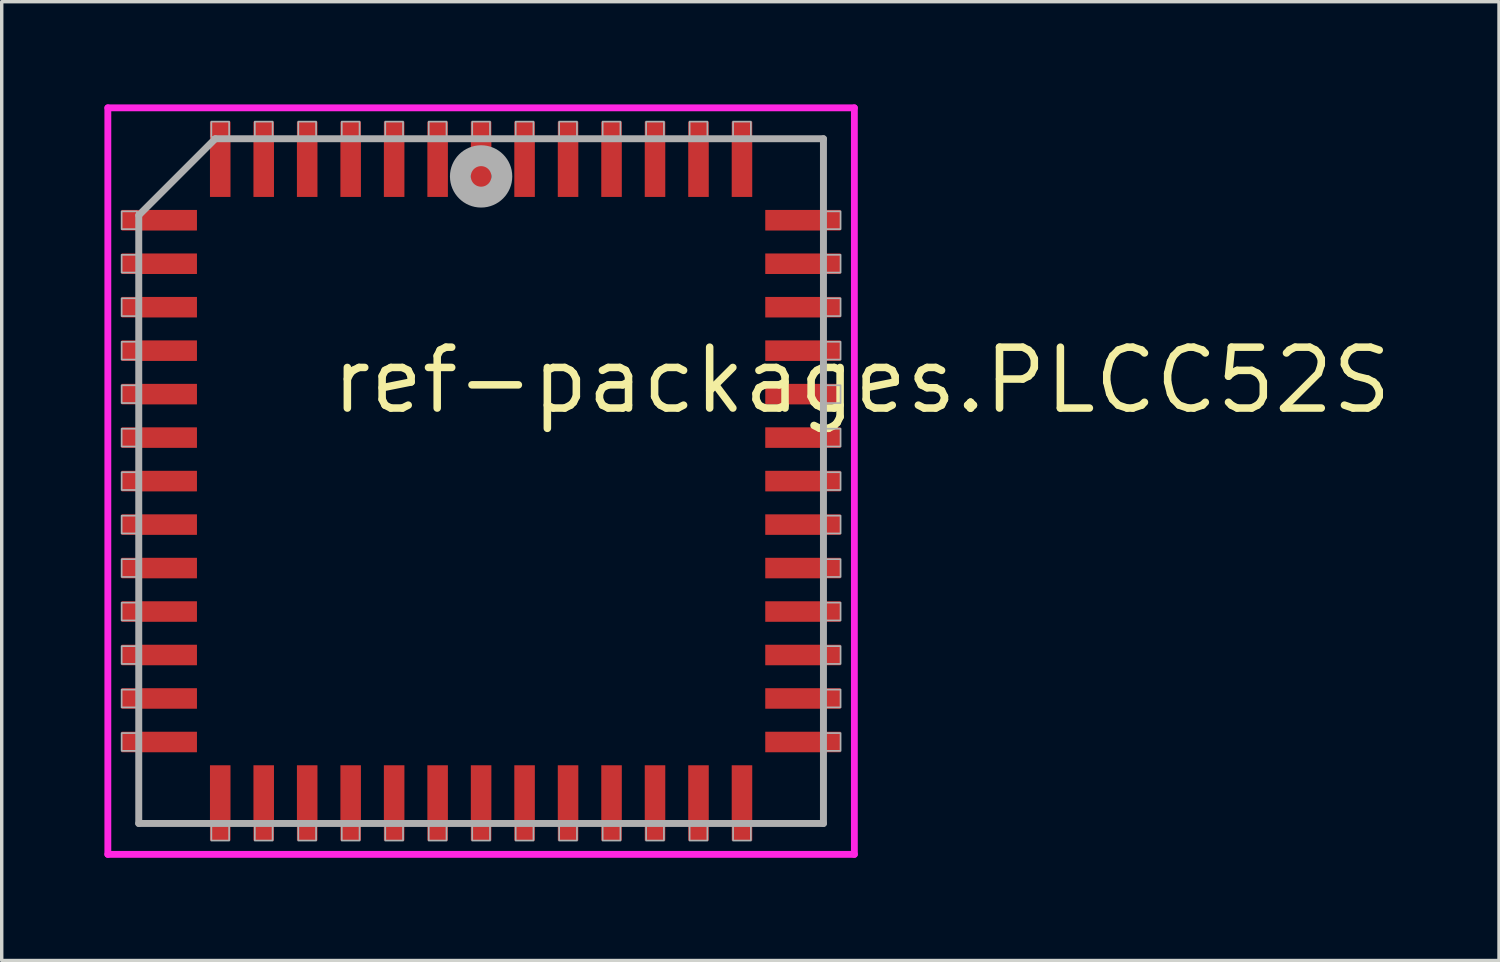
<source format=kicad_pcb>
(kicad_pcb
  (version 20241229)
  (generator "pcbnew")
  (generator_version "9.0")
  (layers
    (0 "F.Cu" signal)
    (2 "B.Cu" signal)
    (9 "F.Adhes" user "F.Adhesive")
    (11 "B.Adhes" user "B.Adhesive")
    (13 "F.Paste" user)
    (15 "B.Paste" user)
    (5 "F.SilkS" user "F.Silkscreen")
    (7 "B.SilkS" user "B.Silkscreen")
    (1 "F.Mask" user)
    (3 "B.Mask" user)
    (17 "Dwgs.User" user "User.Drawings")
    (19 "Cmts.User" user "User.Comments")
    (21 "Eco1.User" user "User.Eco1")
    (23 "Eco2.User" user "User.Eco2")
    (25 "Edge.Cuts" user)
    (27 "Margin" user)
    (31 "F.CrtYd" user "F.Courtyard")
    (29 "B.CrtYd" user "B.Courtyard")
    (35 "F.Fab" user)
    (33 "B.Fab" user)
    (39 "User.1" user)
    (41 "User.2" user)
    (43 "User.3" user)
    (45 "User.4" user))
  (footprint "ref-packages.PLCC52S"
    (layer "F.Cu")
    (at 11.003 11.003)
    (property "Reference" "ref-packages.PLCC52S" (at -4.475 -1.905 0) (layer "F.SilkS") (effects (font (size 1.778 1.778) (thickness 0.22)) (justify left bottom)))
    (attr smd)
    (fp_line (start -10.903 -10.903) (end 10.903 -10.903) (stroke (width 0.2) (type default)) (layer "F.CrtYd"))
    (fp_line (start -10.903 10.903) (end -10.903 -10.903) (stroke (width 0.2) (type default)) (layer "F.CrtYd"))
    (fp_line (start 10.903 -10.903) (end 10.903 10.903) (stroke (width 0.2) (type default)) (layer "F.CrtYd"))
    (fp_line (start 10.903 10.903) (end -10.903 10.903) (stroke (width 0.2) (type default)) (layer "F.CrtYd"))
    (fp_line (start -10 -7.765) (end -10 10) (stroke (width 0.203) (type default)) (layer "F.Fab"))
    (fp_line (start -10 10) (end 10 10) (stroke (width 0.203) (type default)) (layer "F.Fab"))
    (fp_line (start -7.765 -10) (end -10 -7.765) (stroke (width 0.203) (type default)) (layer "F.Fab"))
    (fp_line (start 10 -10) (end -7.765 -10) (stroke (width 0.203) (type default)) (layer "F.Fab"))
    (fp_line (start 10 10) (end 10 -10) (stroke (width 0.203) (type default)) (layer "F.Fab"))
    (fp_rect (start -10.5 -7.36) (end -10.05 -7.88) (stroke (width 0.05) (type default)) (fill no) (layer "F.Fab"))
    (fp_rect (start -10.5 -6.09) (end -10.05 -6.61) (stroke (width 0.05) (type default)) (fill no) (layer "F.Fab"))
    (fp_rect (start -10.5 -4.82) (end -10.05 -5.34) (stroke (width 0.05) (type default)) (fill no) (layer "F.Fab"))
    (fp_rect (start -10.5 -3.55) (end -10.05 -4.07) (stroke (width 0.05) (type default)) (fill no) (layer "F.Fab"))
    (fp_rect (start -10.5 -2.28) (end -10.05 -2.8) (stroke (width 0.05) (type default)) (fill no) (layer "F.Fab"))
    (fp_rect (start -10.5 -1.01) (end -10.05 -1.53) (stroke (width 0.05) (type default)) (fill no) (layer "F.Fab"))
    (fp_rect (start -10.5 0.26) (end -10.05 -0.26) (stroke (width 0.05) (type default)) (fill no) (layer "F.Fab"))
    (fp_rect (start -10.5 1.53) (end -10.05 1.01) (stroke (width 0.05) (type default)) (fill no) (layer "F.Fab"))
    (fp_rect (start -10.5 2.8) (end -10.05 2.28) (stroke (width 0.05) (type default)) (fill no) (layer "F.Fab"))
    (fp_rect (start -10.5 4.07) (end -10.05 3.55) (stroke (width 0.05) (type default)) (fill no) (layer "F.Fab"))
    (fp_rect (start -10.5 5.34) (end -10.05 4.82) (stroke (width 0.05) (type default)) (fill no) (layer "F.Fab"))
    (fp_rect (start -10.5 6.61) (end -10.05 6.09) (stroke (width 0.05) (type default)) (fill no) (layer "F.Fab"))
    (fp_rect (start -10.5 7.88) (end -10.05 7.36) (stroke (width 0.05) (type default)) (fill no) (layer "F.Fab"))
    (fp_rect (start -7.88 -10.05) (end -7.36 -10.5) (stroke (width 0.05) (type default)) (fill no) (layer "F.Fab"))
    (fp_rect (start -7.88 10.5) (end -7.36 10.05) (stroke (width 0.05) (type default)) (fill no) (layer "F.Fab"))
    (fp_rect (start -6.61 -10.05) (end -6.09 -10.5) (stroke (width 0.05) (type default)) (fill no) (layer "F.Fab"))
    (fp_rect (start -6.61 10.5) (end -6.09 10.05) (stroke (width 0.05) (type default)) (fill no) (layer "F.Fab"))
    (fp_rect (start -5.34 -10.05) (end -4.82 -10.5) (stroke (width 0.05) (type default)) (fill no) (layer "F.Fab"))
    (fp_rect (start -5.34 10.5) (end -4.82 10.05) (stroke (width 0.05) (type default)) (fill no) (layer "F.Fab"))
    (fp_rect (start -4.07 -10.05) (end -3.55 -10.5) (stroke (width 0.05) (type default)) (fill no) (layer "F.Fab"))
    (fp_rect (start -4.07 10.5) (end -3.55 10.05) (stroke (width 0.05) (type default)) (fill no) (layer "F.Fab"))
    (fp_rect (start -2.8 -10.05) (end -2.28 -10.5) (stroke (width 0.05) (type default)) (fill no) (layer "F.Fab"))
    (fp_rect (start -2.8 10.5) (end -2.28 10.05) (stroke (width 0.05) (type default)) (fill no) (layer "F.Fab"))
    (fp_rect (start -1.53 -10.05) (end -1.01 -10.5) (stroke (width 0.05) (type default)) (fill no) (layer "F.Fab"))
    (fp_rect (start -1.53 10.5) (end -1.01 10.05) (stroke (width 0.05) (type default)) (fill no) (layer "F.Fab"))
    (fp_rect (start -0.26 -10.05) (end 0.26 -10.5) (stroke (width 0.05) (type default)) (fill no) (layer "F.Fab"))
    (fp_rect (start -0.26 10.5) (end 0.26 10.05) (stroke (width 0.05) (type default)) (fill no) (layer "F.Fab"))
    (fp_rect (start 1.01 -10.05) (end 1.53 -10.5) (stroke (width 0.05) (type default)) (fill no) (layer "F.Fab"))
    (fp_rect (start 1.01 10.5) (end 1.53 10.05) (stroke (width 0.05) (type default)) (fill no) (layer "F.Fab"))
    (fp_rect (start 2.28 -10.05) (end 2.8 -10.5) (stroke (width 0.05) (type default)) (fill no) (layer "F.Fab"))
    (fp_rect (start 2.28 10.5) (end 2.8 10.05) (stroke (width 0.05) (type default)) (fill no) (layer "F.Fab"))
    (fp_rect (start 3.55 -10.05) (end 4.07 -10.5) (stroke (width 0.05) (type default)) (fill no) (layer "F.Fab"))
    (fp_rect (start 3.55 10.5) (end 4.07 10.05) (stroke (width 0.05) (type default)) (fill no) (layer "F.Fab"))
    (fp_rect (start 4.82 -10.05) (end 5.34 -10.5) (stroke (width 0.05) (type default)) (fill no) (layer "F.Fab"))
    (fp_rect (start 4.82 10.5) (end 5.34 10.05) (stroke (width 0.05) (type default)) (fill no) (layer "F.Fab"))
    (fp_rect (start 6.09 -10.05) (end 6.61 -10.5) (stroke (width 0.05) (type default)) (fill no) (layer "F.Fab"))
    (fp_rect (start 6.09 10.5) (end 6.61 10.05) (stroke (width 0.05) (type default)) (fill no) (layer "F.Fab"))
    (fp_rect (start 7.36 -10.05) (end 7.88 -10.5) (stroke (width 0.05) (type default)) (fill no) (layer "F.Fab"))
    (fp_rect (start 7.36 10.5) (end 7.88 10.05) (stroke (width 0.05) (type default)) (fill no) (layer "F.Fab"))
    (fp_rect (start 10.05 -7.36) (end 10.5 -7.88) (stroke (width 0.05) (type default)) (fill no) (layer "F.Fab"))
    (fp_rect (start 10.05 -6.09) (end 10.5 -6.61) (stroke (width 0.05) (type default)) (fill no) (layer "F.Fab"))
    (fp_rect (start 10.05 -4.82) (end 10.5 -5.34) (stroke (width 0.05) (type default)) (fill no) (layer "F.Fab"))
    (fp_rect (start 10.05 -3.55) (end 10.5 -4.07) (stroke (width 0.05) (type default)) (fill no) (layer "F.Fab"))
    (fp_rect (start 10.05 -2.28) (end 10.5 -2.8) (stroke (width 0.05) (type default)) (fill no) (layer "F.Fab"))
    (fp_rect (start 10.05 -1.01) (end 10.5 -1.53) (stroke (width 0.05) (type default)) (fill no) (layer "F.Fab"))
    (fp_rect (start 10.05 0.26) (end 10.5 -0.26) (stroke (width 0.05) (type default)) (fill no) (layer "F.Fab"))
    (fp_rect (start 10.05 1.53) (end 10.5 1.01) (stroke (width 0.05) (type default)) (fill no) (layer "F.Fab"))
    (fp_rect (start 10.05 2.8) (end 10.5 2.28) (stroke (width 0.05) (type default)) (fill no) (layer "F.Fab"))
    (fp_rect (start 10.05 4.07) (end 10.5 3.55) (stroke (width 0.05) (type default)) (fill no) (layer "F.Fab"))
    (fp_rect (start 10.05 5.34) (end 10.5 4.82) (stroke (width 0.05) (type default)) (fill no) (layer "F.Fab"))
    (fp_rect (start 10.05 6.61) (end 10.5 6.09) (stroke (width 0.05) (type default)) (fill no) (layer "F.Fab"))
    (fp_rect (start 10.05 7.88) (end 10.5 7.36) (stroke (width 0.05) (type default)) (fill no) (layer "F.Fab"))
    (fp_circle (center 0 -8.9) (end 0.3 -8.9) (stroke (width 0.61) (type default)) (fill no) (layer "F.Fab"))
    (pad "1" smd roundrect (at 0 -9.4) (size 0.6 2.2) (layers "F.Cu" "F.Mask" "F.Paste") (roundrect_rratio 0.01))
    (pad "2" smd roundrect (at -1.27 -9.4) (size 0.6 2.2) (layers "F.Cu" "F.Mask" "F.Paste") (roundrect_rratio 0.01))
    (pad "3" smd roundrect (at -2.54 -9.4) (size 0.6 2.2) (layers "F.Cu" "F.Mask" "F.Paste") (roundrect_rratio 0.01))
    (pad "4" smd roundrect (at -3.81 -9.4) (size 0.6 2.2) (layers "F.Cu" "F.Mask" "F.Paste") (roundrect_rratio 0.01))
    (pad "5" smd roundrect (at -5.08 -9.4) (size 0.6 2.2) (layers "F.Cu" "F.Mask" "F.Paste") (roundrect_rratio 0.01))
    (pad "6" smd roundrect (at -6.35 -9.4) (size 0.6 2.2) (layers "F.Cu" "F.Mask" "F.Paste") (roundrect_rratio 0.01))
    (pad "7" smd roundrect (at -7.62 -9.4) (size 0.6 2.2) (layers "F.Cu" "F.Mask" "F.Paste") (roundrect_rratio 0.01))
    (pad "8" smd roundrect (at -9.4 -7.62) (size 2.2 0.6) (layers "F.Cu" "F.Mask" "F.Paste") (roundrect_rratio 0.01))
    (pad "9" smd roundrect (at -9.4 -6.35) (size 2.2 0.6) (layers "F.Cu" "F.Mask" "F.Paste") (roundrect_rratio 0.01))
    (pad "10" smd roundrect (at -9.4 -5.08) (size 2.2 0.6) (layers "F.Cu" "F.Mask" "F.Paste") (roundrect_rratio 0.01))
    (pad "11" smd roundrect (at -9.4 -3.81) (size 2.2 0.6) (layers "F.Cu" "F.Mask" "F.Paste") (roundrect_rratio 0.01))
    (pad "12" smd roundrect (at -9.4 -2.54) (size 2.2 0.6) (layers "F.Cu" "F.Mask" "F.Paste") (roundrect_rratio 0.01))
    (pad "13" smd roundrect (at -9.4 -1.27) (size 2.2 0.6) (layers "F.Cu" "F.Mask" "F.Paste") (roundrect_rratio 0.01))
    (pad "14" smd roundrect (at -9.4 0) (size 2.2 0.6) (layers "F.Cu" "F.Mask" "F.Paste") (roundrect_rratio 0.01))
    (pad "15" smd roundrect (at -9.4 1.27) (size 2.2 0.6) (layers "F.Cu" "F.Mask" "F.Paste") (roundrect_rratio 0.01))
    (pad "16" smd roundrect (at -9.4 2.54) (size 2.2 0.6) (layers "F.Cu" "F.Mask" "F.Paste") (roundrect_rratio 0.01))
    (pad "17" smd roundrect (at -9.4 3.81) (size 2.2 0.6) (layers "F.Cu" "F.Mask" "F.Paste") (roundrect_rratio 0.01))
    (pad "18" smd roundrect (at -9.4 5.08) (size 2.2 0.6) (layers "F.Cu" "F.Mask" "F.Paste") (roundrect_rratio 0.01))
    (pad "19" smd roundrect (at -9.4 6.35) (size 2.2 0.6) (layers "F.Cu" "F.Mask" "F.Paste") (roundrect_rratio 0.01))
    (pad "20" smd roundrect (at -9.4 7.62) (size 2.2 0.6) (layers "F.Cu" "F.Mask" "F.Paste") (roundrect_rratio 0.01))
    (pad "21" smd roundrect (at -7.62 9.4) (size 0.6 2.2) (layers "F.Cu" "F.Mask" "F.Paste") (roundrect_rratio 0.01))
    (pad "22" smd roundrect (at -6.35 9.4) (size 0.6 2.2) (layers "F.Cu" "F.Mask" "F.Paste") (roundrect_rratio 0.01))
    (pad "23" smd roundrect (at -5.08 9.4) (size 0.6 2.2) (layers "F.Cu" "F.Mask" "F.Paste") (roundrect_rratio 0.01))
    (pad "24" smd roundrect (at -3.81 9.4) (size 0.6 2.2) (layers "F.Cu" "F.Mask" "F.Paste") (roundrect_rratio 0.01))
    (pad "25" smd roundrect (at -2.54 9.4) (size 0.6 2.2) (layers "F.Cu" "F.Mask" "F.Paste") (roundrect_rratio 0.01))
    (pad "26" smd roundrect (at -1.27 9.4) (size 0.6 2.2) (layers "F.Cu" "F.Mask" "F.Paste") (roundrect_rratio 0.01))
    (pad "27" smd roundrect (at 0 9.4) (size 0.6 2.2) (layers "F.Cu" "F.Mask" "F.Paste") (roundrect_rratio 0.01))
    (pad "28" smd roundrect (at 1.27 9.4) (size 0.6 2.2) (layers "F.Cu" "F.Mask" "F.Paste") (roundrect_rratio 0.01))
    (pad "29" smd roundrect (at 2.54 9.4) (size 0.6 2.2) (layers "F.Cu" "F.Mask" "F.Paste") (roundrect_rratio 0.01))
    (pad "30" smd roundrect (at 3.81 9.4) (size 0.6 2.2) (layers "F.Cu" "F.Mask" "F.Paste") (roundrect_rratio 0.01))
    (pad "31" smd roundrect (at 5.08 9.4) (size 0.6 2.2) (layers "F.Cu" "F.Mask" "F.Paste") (roundrect_rratio 0.01))
    (pad "32" smd roundrect (at 6.35 9.4) (size 0.6 2.2) (layers "F.Cu" "F.Mask" "F.Paste") (roundrect_rratio 0.01))
    (pad "33" smd roundrect (at 7.62 9.4) (size 0.6 2.2) (layers "F.Cu" "F.Mask" "F.Paste") (roundrect_rratio 0.01))
    (pad "34" smd roundrect (at 9.4 7.62) (size 2.2 0.6) (layers "F.Cu" "F.Mask" "F.Paste") (roundrect_rratio 0.01))
    (pad "35" smd roundrect (at 9.4 6.35) (size 2.2 0.6) (layers "F.Cu" "F.Mask" "F.Paste") (roundrect_rratio 0.01))
    (pad "36" smd roundrect (at 9.4 5.08) (size 2.2 0.6) (layers "F.Cu" "F.Mask" "F.Paste") (roundrect_rratio 0.01))
    (pad "37" smd roundrect (at 9.4 3.81) (size 2.2 0.6) (layers "F.Cu" "F.Mask" "F.Paste") (roundrect_rratio 0.01))
    (pad "38" smd roundrect (at 9.4 2.54) (size 2.2 0.6) (layers "F.Cu" "F.Mask" "F.Paste") (roundrect_rratio 0.01))
    (pad "39" smd roundrect (at 9.4 1.27) (size 2.2 0.6) (layers "F.Cu" "F.Mask" "F.Paste") (roundrect_rratio 0.01))
    (pad "40" smd roundrect (at 9.4 0) (size 2.2 0.6) (layers "F.Cu" "F.Mask" "F.Paste") (roundrect_rratio 0.01))
    (pad "41" smd roundrect (at 9.4 -1.27) (size 2.2 0.6) (layers "F.Cu" "F.Mask" "F.Paste") (roundrect_rratio 0.01))
    (pad "42" smd roundrect (at 9.4 -2.54) (size 2.2 0.6) (layers "F.Cu" "F.Mask" "F.Paste") (roundrect_rratio 0.01))
    (pad "43" smd roundrect (at 9.4 -3.81) (size 2.2 0.6) (layers "F.Cu" "F.Mask" "F.Paste") (roundrect_rratio 0.01))
    (pad "44" smd roundrect (at 9.4 -5.08) (size 2.2 0.6) (layers "F.Cu" "F.Mask" "F.Paste") (roundrect_rratio 0.01))
    (pad "45" smd roundrect (at 9.4 -6.35) (size 2.2 0.6) (layers "F.Cu" "F.Mask" "F.Paste") (roundrect_rratio 0.01))
    (pad "46" smd roundrect (at 9.4 -7.62) (size 2.2 0.6) (layers "F.Cu" "F.Mask" "F.Paste") (roundrect_rratio 0.01))
    (pad "47" smd roundrect (at 7.62 -9.4) (size 0.6 2.2) (layers "F.Cu" "F.Mask" "F.Paste") (roundrect_rratio 0.01))
    (pad "48" smd roundrect (at 6.35 -9.4) (size 0.6 2.2) (layers "F.Cu" "F.Mask" "F.Paste") (roundrect_rratio 0.01))
    (pad "49" smd roundrect (at 5.08 -9.4) (size 0.6 2.2) (layers "F.Cu" "F.Mask" "F.Paste") (roundrect_rratio 0.01))
    (pad "50" smd roundrect (at 3.81 -9.4) (size 0.6 2.2) (layers "F.Cu" "F.Mask" "F.Paste") (roundrect_rratio 0.01))
    (pad "51" smd roundrect (at 2.54 -9.4) (size 0.6 2.2) (layers "F.Cu" "F.Mask" "F.Paste") (roundrect_rratio 0.01))
    (pad "52" smd roundrect (at 1.27 -9.4) (size 0.6 2.2) (layers "F.Cu" "F.Mask" "F.Paste") (roundrect_rratio 0.01)))
  (gr_rect
    (start -3 -3)
    (end 40.736 25.006)
    (stroke (width 0.1) (type default))
    (fill no)
    (layer "Edge.Cuts")))
</source>
